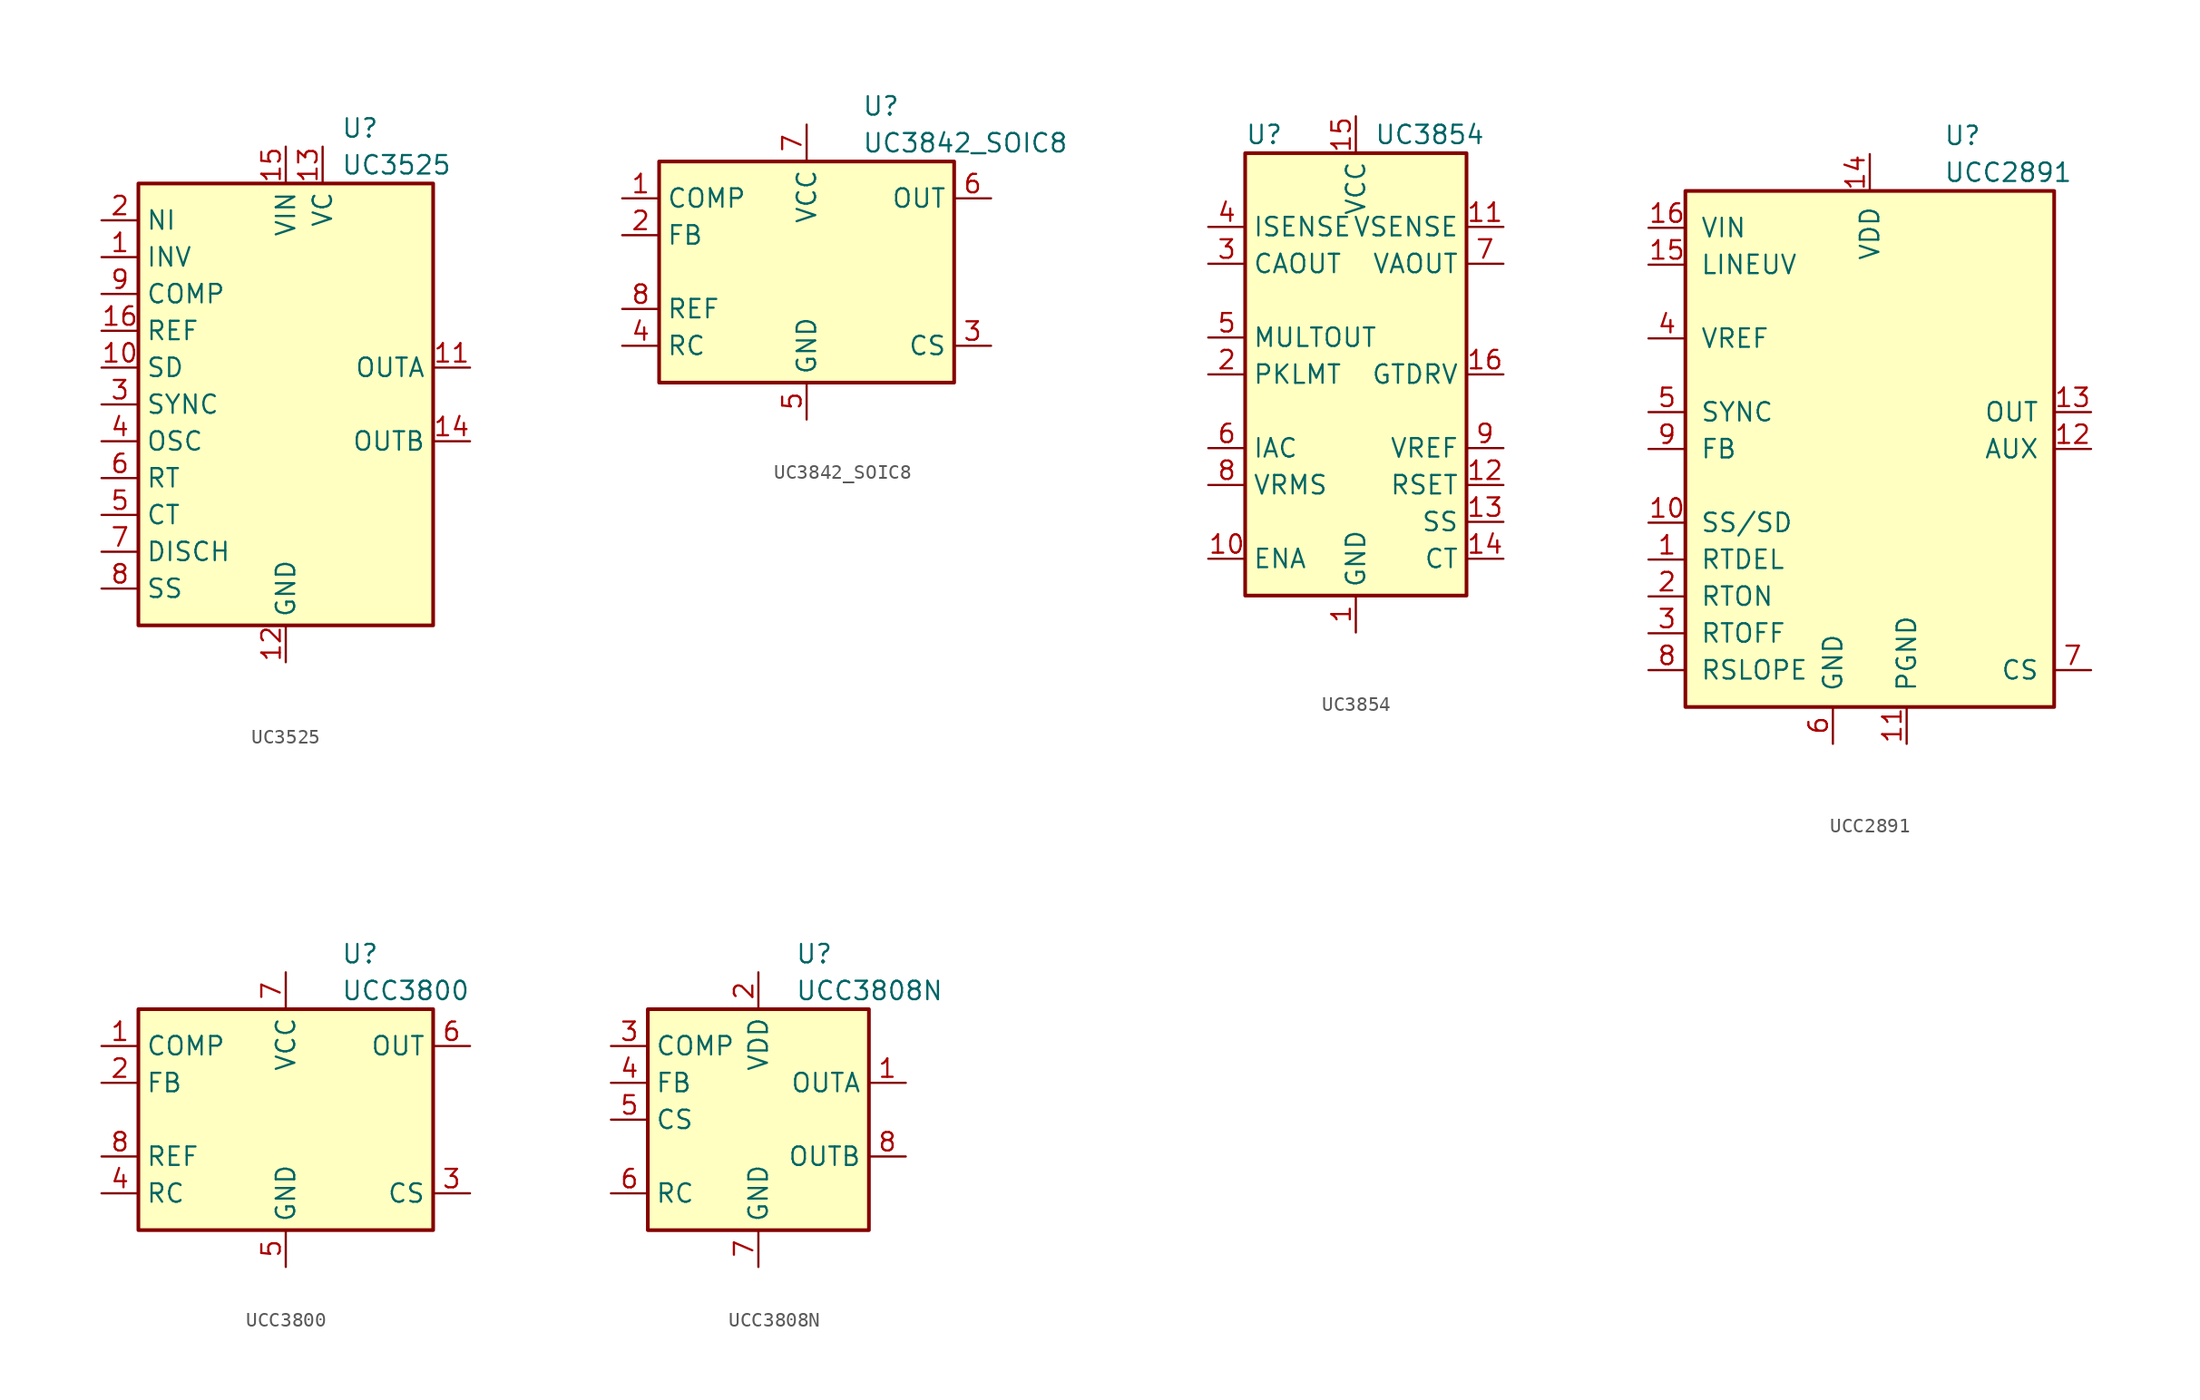
<source format=kicad_sym>
(kicad_symbol_lib
  (version 20201005)
  (generator kicad_symbol_editor)
  (symbol "UC3525"
    (property "Reference" "U"
      (at 3.81 19.05 0)
      (effects (font (size 1.27 1.27)) (justify left)))
    (property "Value" "UC3525"
      (at 3.81 16.51 0)
      (effects (font (size 1.27 1.27)) (justify left)))
    (symbol "UC3525_0_1"
      (rectangle (start -10.16 -15.24) (end 10.16 15.24) (stroke (width 0.254)) (fill (type background))))
    (symbol "UC3525_1_1"
      (pin input line (at -12.7 10.16 0) (length 2.54) (name "INV" (effects (font (size 1.27 1.27)))) (number "1" (effects (font (size 1.27 1.27)))))
      (pin passive line (at -12.7 2.54 0) (length 2.54) (name "SD" (effects (font (size 1.27 1.27)))) (number "10" (effects (font (size 1.27 1.27)))))
      (pin output line (at 12.7 2.54 180) (length 2.54) (name "OUTA" (effects (font (size 1.27 1.27)))) (number "11" (effects (font (size 1.27 1.27)))))
      (pin power_in line (at 0 -17.78 90) (length 2.54) (name "GND" (effects (font (size 1.27 1.27)))) (number "12" (effects (font (size 1.27 1.27)))))
      (pin power_in line (at 2.54 17.78 270) (length 2.54) (name "VC" (effects (font (size 1.27 1.27)))) (number "13" (effects (font (size 1.27 1.27)))))
      (pin output line (at 12.7 -2.54 180) (length 2.54) (name "OUTB" (effects (font (size 1.27 1.27)))) (number "14" (effects (font (size 1.27 1.27)))))
      (pin power_in line (at 0 17.78 270) (length 2.54) (name "VIN" (effects (font (size 1.27 1.27)))) (number "15" (effects (font (size 1.27 1.27)))))
      (pin power_in line (at -12.7 5.08 0) (length 2.54) (name "REF" (effects (font (size 1.27 1.27)))) (number "16" (effects (font (size 1.27 1.27)))))
      (pin input line (at -12.7 12.7 0) (length 2.54) (name "NI" (effects (font (size 1.27 1.27)))) (number "2" (effects (font (size 1.27 1.27)))))
      (pin passive line (at -12.7 0 0) (length 2.54) (name "SYNC" (effects (font (size 1.27 1.27)))) (number "3" (effects (font (size 1.27 1.27)))))
      (pin output line (at -12.7 -2.54 0) (length 2.54) (name "OSC" (effects (font (size 1.27 1.27)))) (number "4" (effects (font (size 1.27 1.27)))))
      (pin passive line (at -12.7 -7.62 0) (length 2.54) (name "CT" (effects (font (size 1.27 1.27)))) (number "5" (effects (font (size 1.27 1.27)))))
      (pin passive line (at -12.7 -5.08 0) (length 2.54) (name "RT" (effects (font (size 1.27 1.27)))) (number "6" (effects (font (size 1.27 1.27)))))
      (pin open_collector line (at -12.7 -10.16 0) (length 2.54) (name "DISCH" (effects (font (size 1.27 1.27)))) (number "7" (effects (font (size 1.27 1.27)))))
      (pin passive line (at -12.7 -12.7 0) (length 2.54) (name "SS" (effects (font (size 1.27 1.27)))) (number "8" (effects (font (size 1.27 1.27)))))
      (pin passive line (at -12.7 7.62 0) (length 2.54) (name "COMP" (effects (font (size 1.27 1.27)))) (number "9" (effects (font (size 1.27 1.27)))))))
  (symbol "UC3842_SOIC8"
    (property "Reference" "U"
      (at 3.81 11.43 0)
      (effects (font (size 1.27 1.27)) (justify left)))
    (property "Value" "UC3842_SOIC8"
      (at 3.81 8.89 0)
      (effects (font (size 1.27 1.27)) (justify left)))
    (symbol "UC3842_SOIC8_0_1"
      (rectangle (start -10.16 -7.62) (end 10.16 7.62) (stroke (width 0.254)) (fill (type background))))
    (symbol "UC3842_SOIC8_1_1"
      (pin passive line (at -12.7 5.08 0) (length 2.54) (name "COMP" (effects (font (size 1.27 1.27)))) (number "1" (effects (font (size 1.27 1.27)))))
      (pin input line (at -12.7 2.54 0) (length 2.54) (name "FB" (effects (font (size 1.27 1.27)))) (number "2" (effects (font (size 1.27 1.27)))))
      (pin input line (at 12.7 -5.08 180) (length 2.54) (name "CS" (effects (font (size 1.27 1.27)))) (number "3" (effects (font (size 1.27 1.27)))))
      (pin passive line (at -12.7 -5.08 0) (length 2.54) (name "RC" (effects (font (size 1.27 1.27)))) (number "4" (effects (font (size 1.27 1.27)))))
      (pin power_in line (at 0 -10.16 90) (length 2.54) (name "GND" (effects (font (size 1.27 1.27)))) (number "5" (effects (font (size 1.27 1.27)))))
      (pin output line (at 12.7 5.08 180) (length 2.54) (name "OUT" (effects (font (size 1.27 1.27)))) (number "6" (effects (font (size 1.27 1.27)))))
      (pin power_in line (at 0 10.16 270) (length 2.54) (name "VCC" (effects (font (size 1.27 1.27)))) (number "7" (effects (font (size 1.27 1.27)))))
      (pin power_in line (at -12.7 -2.54 0) (length 2.54) (name "REF" (effects (font (size 1.27 1.27)))) (number "8" (effects (font (size 1.27 1.27)))))))
  (symbol "UC3854"
    (property "Reference" "U"
      (at -7.62 16.51 0)
      (effects (font (size 1.27 1.27)) (justify left)))
    (property "Value" "UC3854"
      (at 1.27 16.51 0)
      (effects (font (size 1.27 1.27)) (justify left)))
    (symbol "UC3854_0_0"
      (rectangle (start -7.62 15.24) (end 7.62 -15.24) (stroke (width 0.254)) (fill (type background))))
    (symbol "UC3854_1_1"
      (pin power_in line (at 0 -17.78 90) (length 2.54) (name "GND" (effects (font (size 1.27 1.27)))) (number "1" (effects (font (size 1.27 1.27)))))
      (pin input line (at -10.16 -12.7 0) (length 2.54) (name "ENA" (effects (font (size 1.27 1.27)))) (number "10" (effects (font (size 1.27 1.27)))))
      (pin input line (at 10.16 10.16 180) (length 2.54) (name "VSENSE" (effects (font (size 1.27 1.27)))) (number "11" (effects (font (size 1.27 1.27)))))
      (pin passive line (at 10.16 -7.62 180) (length 2.54) (name "RSET" (effects (font (size 1.27 1.27)))) (number "12" (effects (font (size 1.27 1.27)))))
      (pin passive line (at 10.16 -10.16 180) (length 2.54) (name "SS" (effects (font (size 1.27 1.27)))) (number "13" (effects (font (size 1.27 1.27)))))
      (pin passive line (at 10.16 -12.7 180) (length 2.54) (name "CT" (effects (font (size 1.27 1.27)))) (number "14" (effects (font (size 1.27 1.27)))))
      (pin power_in line (at 0 17.78 270) (length 2.54) (name "VCC" (effects (font (size 1.27 1.27)))) (number "15" (effects (font (size 1.27 1.27)))))
      (pin output line (at 10.16 0 180) (length 2.54) (name "GTDRV" (effects (font (size 1.27 1.27)))) (number "16" (effects (font (size 1.27 1.27)))))
      (pin input line (at -10.16 0 0) (length 2.54) (name "PKLMT" (effects (font (size 1.27 1.27)))) (number "2" (effects (font (size 1.27 1.27)))))
      (pin output line (at -10.16 7.62 0) (length 2.54) (name "CAOUT" (effects (font (size 1.27 1.27)))) (number "3" (effects (font (size 1.27 1.27)))))
      (pin input line (at -10.16 10.16 0) (length 2.54) (name "ISENSE" (effects (font (size 1.27 1.27)))) (number "4" (effects (font (size 1.27 1.27)))))
      (pin passive line (at -10.16 2.54 0) (length 2.54) (name "MULTOUT" (effects (font (size 1.27 1.27)))) (number "5" (effects (font (size 1.27 1.27)))))
      (pin input line (at -10.16 -5.08 0) (length 2.54) (name "IAC" (effects (font (size 1.27 1.27)))) (number "6" (effects (font (size 1.27 1.27)))))
      (pin output line (at 10.16 7.62 180) (length 2.54) (name "VAOUT" (effects (font (size 1.27 1.27)))) (number "7" (effects (font (size 1.27 1.27)))))
      (pin input line (at -10.16 -7.62 0) (length 2.54) (name "VRMS" (effects (font (size 1.27 1.27)))) (number "8" (effects (font (size 1.27 1.27)))))
      (pin output line (at 10.16 -5.08 180) (length 2.54) (name "VREF" (effects (font (size 1.27 1.27)))) (number "9" (effects (font (size 1.27 1.27)))))))
  (symbol "UCC2891"
    (pin_names
      (offset 1.016))
    (property "Reference" "U"
      (at 5.08 21.59 0)
      (effects (font (size 1.27 1.27)) (justify left)))
    (property "Value" "UCC2891"
      (at 5.08 19.05 0)
      (effects (font (size 1.27 1.27)) (justify left)))
    (symbol "UCC2891_0_1"
      (rectangle (start -12.7 -17.78) (end 12.7 17.78) (stroke (width 0.254)) (fill (type background))))
    (symbol "UCC2891_1_1"
      (pin passive line (at -15.24 -7.62 0) (length 2.54) (name "RTDEL" (effects (font (size 1.27 1.27)))) (number "1" (effects (font (size 1.27 1.27)))))
      (pin passive line (at -15.24 -5.08 0) (length 2.54) (name "SS/SD" (effects (font (size 1.27 1.27)))) (number "10" (effects (font (size 1.27 1.27)))))
      (pin power_in line (at 2.54 -20.32 90) (length 2.54) (name "PGND" (effects (font (size 1.27 1.27)))) (number "11" (effects (font (size 1.27 1.27)))))
      (pin output line (at 15.24 0 180) (length 2.54) (name "AUX" (effects (font (size 1.27 1.27)))) (number "12" (effects (font (size 1.27 1.27)))))
      (pin output line (at 15.24 2.54 180) (length 2.54) (name "OUT" (effects (font (size 1.27 1.27)))) (number "13" (effects (font (size 1.27 1.27)))))
      (pin power_in line (at 0 20.32 270) (length 2.54) (name "VDD" (effects (font (size 1.27 1.27)))) (number "14" (effects (font (size 1.27 1.27)))))
      (pin passive line (at -15.24 12.7 0) (length 2.54) (name "LINEUV" (effects (font (size 1.27 1.27)))) (number "15" (effects (font (size 1.27 1.27)))))
      (pin input line (at -15.24 15.24 0) (length 2.54) (name "VIN" (effects (font (size 1.27 1.27)))) (number "16" (effects (font (size 1.27 1.27)))))
      (pin passive line (at -15.24 -10.16 0) (length 2.54) (name "RTON" (effects (font (size 1.27 1.27)))) (number "2" (effects (font (size 1.27 1.27)))))
      (pin passive line (at -15.24 -12.7 0) (length 2.54) (name "RTOFF" (effects (font (size 1.27 1.27)))) (number "3" (effects (font (size 1.27 1.27)))))
      (pin output line (at -15.24 7.62 0) (length 2.54) (name "VREF" (effects (font (size 1.27 1.27)))) (number "4" (effects (font (size 1.27 1.27)))))
      (pin input line (at -15.24 2.54 0) (length 2.54) (name "SYNC" (effects (font (size 1.27 1.27)))) (number "5" (effects (font (size 1.27 1.27)))))
      (pin power_in line (at -2.54 -20.32 90) (length 2.54) (name "GND" (effects (font (size 1.27 1.27)))) (number "6" (effects (font (size 1.27 1.27)))))
      (pin input line (at 15.24 -15.24 180) (length 2.54) (name "CS" (effects (font (size 1.27 1.27)))) (number "7" (effects (font (size 1.27 1.27)))))
      (pin passive line (at -15.24 -15.24 0) (length 2.54) (name "RSLOPE" (effects (font (size 1.27 1.27)))) (number "8" (effects (font (size 1.27 1.27)))))
      (pin input line (at -15.24 0 0) (length 2.54) (name "FB" (effects (font (size 1.27 1.27)))) (number "9" (effects (font (size 1.27 1.27)))))))
  (symbol "UCC3800"
    (property "Reference" "U"
      (at 3.81 11.43 0)
      (effects (font (size 1.27 1.27)) (justify left)))
    (property "Value" "UCC3800"
      (at 3.81 8.89 0)
      (effects (font (size 1.27 1.27)) (justify left)))
    (symbol "UCC3800_0_1"
      (rectangle (start -10.16 -7.62) (end 10.16 7.62) (stroke (width 0.254)) (fill (type background))))
    (symbol "UCC3800_1_1"
      (pin passive line (at -12.7 5.08 0) (length 2.54) (name "COMP" (effects (font (size 1.27 1.27)))) (number "1" (effects (font (size 1.27 1.27)))))
      (pin input line (at -12.7 2.54 0) (length 2.54) (name "FB" (effects (font (size 1.27 1.27)))) (number "2" (effects (font (size 1.27 1.27)))))
      (pin input line (at 12.7 -5.08 180) (length 2.54) (name "CS" (effects (font (size 1.27 1.27)))) (number "3" (effects (font (size 1.27 1.27)))))
      (pin passive line (at -12.7 -5.08 0) (length 2.54) (name "RC" (effects (font (size 1.27 1.27)))) (number "4" (effects (font (size 1.27 1.27)))))
      (pin power_in line (at 0 -10.16 90) (length 2.54) (name "GND" (effects (font (size 1.27 1.27)))) (number "5" (effects (font (size 1.27 1.27)))))
      (pin output line (at 12.7 5.08 180) (length 2.54) (name "OUT" (effects (font (size 1.27 1.27)))) (number "6" (effects (font (size 1.27 1.27)))))
      (pin power_in line (at 0 10.16 270) (length 2.54) (name "VCC" (effects (font (size 1.27 1.27)))) (number "7" (effects (font (size 1.27 1.27)))))
      (pin power_in line (at -12.7 -2.54 0) (length 2.54) (name "REF" (effects (font (size 1.27 1.27)))) (number "8" (effects (font (size 1.27 1.27)))))))
  (symbol "UCC3808N"
    (property "Reference" "U"
      (at 2.54 11.43 0)
      (effects (font (size 1.27 1.27)) (justify left)))
    (property "Value" "UCC3808N"
      (at 2.54 8.89 0)
      (effects (font (size 1.27 1.27)) (justify left)))
    (symbol "UCC3808N_0_1"
      (rectangle (start -7.62 -7.62) (end 7.62 7.62) (stroke (width 0.254)) (fill (type background))))
    (symbol "UCC3808N_1_1"
      (pin output line (at 10.16 2.54 180) (length 2.54) (name "OUTA" (effects (font (size 1.27 1.27)))) (number "1" (effects (font (size 1.27 1.27)))))
      (pin power_in line (at 0 10.16 270) (length 2.54) (name "VDD" (effects (font (size 1.27 1.27)))) (number "2" (effects (font (size 1.27 1.27)))))
      (pin passive line (at -10.16 5.08 0) (length 2.54) (name "COMP" (effects (font (size 1.27 1.27)))) (number "3" (effects (font (size 1.27 1.27)))))
      (pin input line (at -10.16 2.54 0) (length 2.54) (name "FB" (effects (font (size 1.27 1.27)))) (number "4" (effects (font (size 1.27 1.27)))))
      (pin input line (at -10.16 0 0) (length 2.54) (name "CS" (effects (font (size 1.27 1.27)))) (number "5" (effects (font (size 1.27 1.27)))))
      (pin passive line (at -10.16 -5.08 0) (length 2.54) (name "RC" (effects (font (size 1.27 1.27)))) (number "6" (effects (font (size 1.27 1.27)))))
      (pin power_in line (at 0 -10.16 90) (length 2.54) (name "GND" (effects (font (size 1.27 1.27)))) (number "7" (effects (font (size 1.27 1.27)))))
      (pin output line (at 10.16 -2.54 180) (length 2.54) (name "OUTB" (effects (font (size 1.27 1.27)))) (number "8" (effects (font (size 1.27 1.27))))))))
</source>
